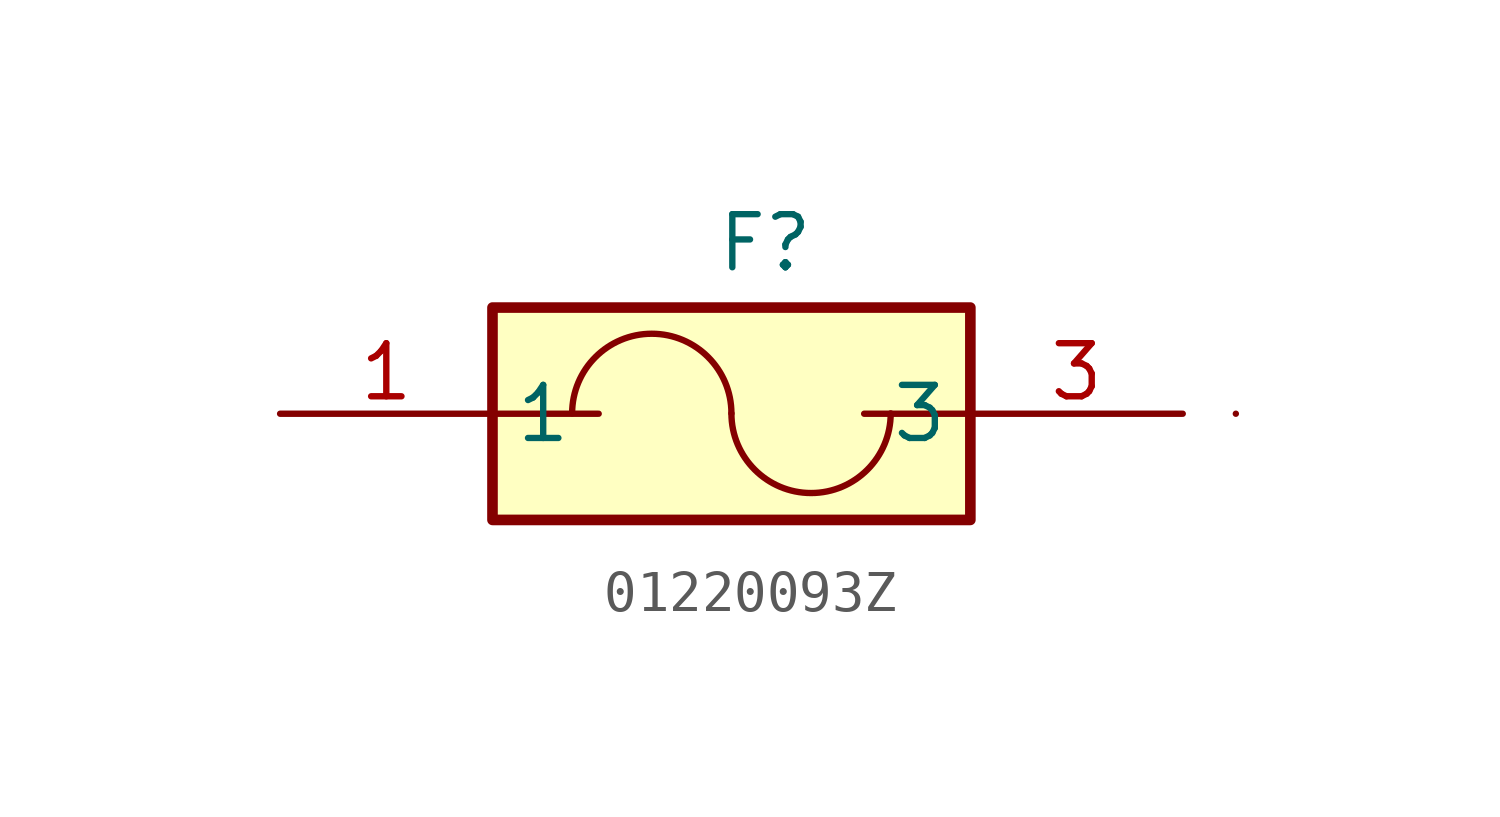
<source format=kicad_sym>
(kicad_symbol_lib
  (version 20231120)
  (generator "kicad_symbol_editor")
  (generator_version "8.0")
  (symbol "01220093Z"
    (property "Reference" "F"
      (at -3.556 4.826 0)
      (effects (font (size 1.27 1.27)) (justify left top)))
    (symbol "01220093Z_0_0"
      (arc (start -3.175 0.0083) (mid -5.08 1.905) (end -6.985 0.0083) (stroke (width 0.1524) (type default)) (fill (type none)))
      (arc (start -3.175 0.0083) (mid -1.27 -1.8884) (end 0.635 0.0083) (stroke (width 0.1524) (type default)) (fill (type none))))
    (symbol "01220093Z_0_1"
      (polyline (pts (xy -8.89 0) (xy -6.35 0)) (stroke (width 0) (type default)) (fill (type none)))
      (polyline (pts (xy 2.54 0) (xy 0 0)) (stroke (width 0) (type default)) (fill (type none)))
      (polyline (pts (xy 8.89 0) (xy 8.89 0)) (stroke (width 0) (type default)) (fill (type none))))
    (symbol "01220093Z_1_1"
      (rectangle (start -8.89 2.54) (end 2.54 -2.54) (stroke (width 0.254) (type default)) (fill (type background)))
      (pin passive line (at -13.97 0 0) (length 5.08) (name "1" (effects (font (size 1.27 1.27)))) (number "1" (effects (font (size 1.27 1.27)))))
      (pin passive line (at -13.97 0 0) (length 5.08) hide (name "2" (effects (font (size 1.27 1.27)))) (number "2" (effects (font (size 1.27 1.27)))))
      (pin passive line (at 7.62 0 180) (length 5.08) (name "3" (effects (font (size 1.27 1.27)))) (number "3" (effects (font (size 1.27 1.27)))))
      (pin passive line (at 7.62 0 180) (length 5.08) hide (name "4" (effects (font (size 1.27 1.27)))) (number "4" (effects (font (size 1.27 1.27))))))))
</source>
